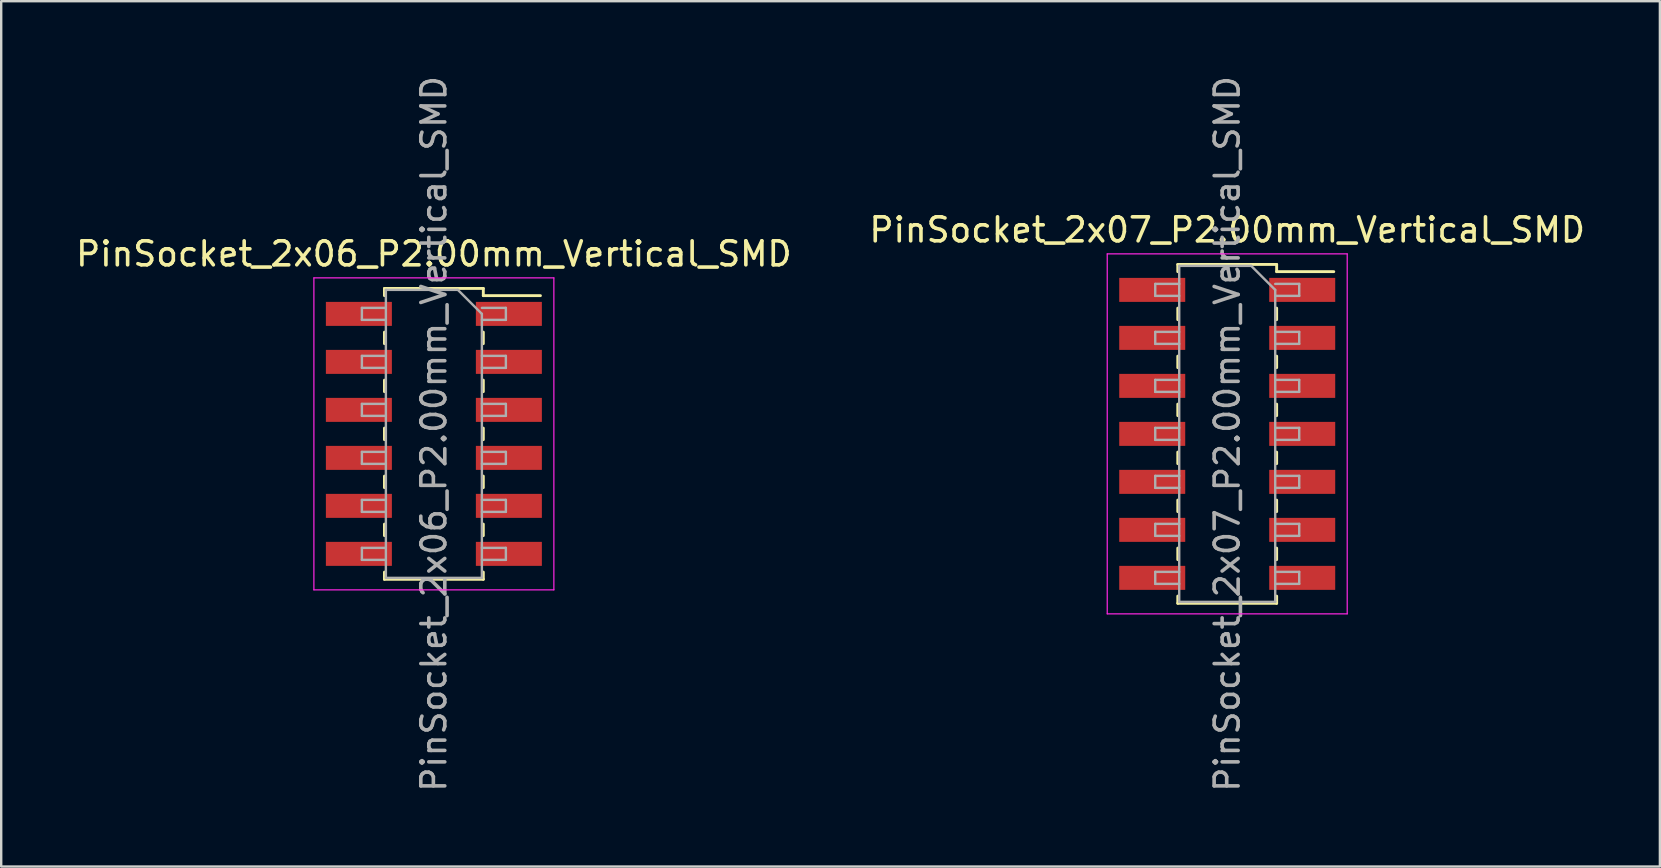
<source format=kicad_pcb>
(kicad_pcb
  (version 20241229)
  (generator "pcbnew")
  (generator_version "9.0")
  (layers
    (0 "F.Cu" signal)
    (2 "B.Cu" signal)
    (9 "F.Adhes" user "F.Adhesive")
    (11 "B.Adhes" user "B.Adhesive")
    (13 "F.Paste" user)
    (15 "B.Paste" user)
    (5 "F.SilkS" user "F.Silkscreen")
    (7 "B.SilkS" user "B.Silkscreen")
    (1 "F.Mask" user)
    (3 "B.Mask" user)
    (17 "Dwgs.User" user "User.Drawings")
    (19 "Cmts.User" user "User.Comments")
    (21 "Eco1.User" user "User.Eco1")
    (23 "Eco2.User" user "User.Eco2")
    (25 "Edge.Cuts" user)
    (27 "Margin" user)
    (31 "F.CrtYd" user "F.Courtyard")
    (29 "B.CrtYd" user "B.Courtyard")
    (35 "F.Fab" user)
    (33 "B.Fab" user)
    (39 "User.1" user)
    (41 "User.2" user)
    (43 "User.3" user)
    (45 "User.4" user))
  (footprint "PinSocket_2x06_P2.00mm_Vertical_SMD"
    (layer "F.Cu")
    (at 15.03 15.03)
    (property "Reference" "PinSocket_2x06_P2.00mm_Vertical_SMD" (at 0 -7.5 0) (layer "F.SilkS") (effects (font (size 1 1) (thickness 0.15))))
    (attr smd)
    (fp_line (start -2.06 -6.06) (end -2.06 -5.76) (stroke (width 0.12) (type solid)) (layer "F.SilkS"))
    (fp_line (start -2.06 -6.06) (end 2.06 -6.06) (stroke (width 0.12) (type solid)) (layer "F.SilkS"))
    (fp_line (start -2.06 -4.24) (end -2.06 -3.76) (stroke (width 0.12) (type solid)) (layer "F.SilkS"))
    (fp_line (start -2.06 -2.24) (end -2.06 -1.76) (stroke (width 0.12) (type solid)) (layer "F.SilkS"))
    (fp_line (start -2.06 -0.24) (end -2.06 0.24) (stroke (width 0.12) (type solid)) (layer "F.SilkS"))
    (fp_line (start -2.06 1.76) (end -2.06 2.24) (stroke (width 0.12) (type solid)) (layer "F.SilkS"))
    (fp_line (start -2.06 3.76) (end -2.06 4.24) (stroke (width 0.12) (type solid)) (layer "F.SilkS"))
    (fp_line (start -2.06 5.76) (end -2.06 6.06) (stroke (width 0.12) (type solid)) (layer "F.SilkS"))
    (fp_line (start -2.06 6.06) (end 2.06 6.06) (stroke (width 0.12) (type solid)) (layer "F.SilkS"))
    (fp_line (start 2.06 -6.06) (end 2.06 -5.76) (stroke (width 0.12) (type solid)) (layer "F.SilkS"))
    (fp_line (start 2.06 -5.76) (end 4.44 -5.76) (stroke (width 0.12) (type solid)) (layer "F.SilkS"))
    (fp_line (start 2.06 -4.24) (end 2.06 -3.76) (stroke (width 0.12) (type solid)) (layer "F.SilkS"))
    (fp_line (start 2.06 -2.24) (end 2.06 -1.76) (stroke (width 0.12) (type solid)) (layer "F.SilkS"))
    (fp_line (start 2.06 -0.24) (end 2.06 0.24) (stroke (width 0.12) (type solid)) (layer "F.SilkS"))
    (fp_line (start 2.06 1.76) (end 2.06 2.24) (stroke (width 0.12) (type solid)) (layer "F.SilkS"))
    (fp_line (start 2.06 3.76) (end 2.06 4.24) (stroke (width 0.12) (type solid)) (layer "F.SilkS"))
    (fp_line (start 2.06 5.76) (end 2.06 6.06) (stroke (width 0.12) (type solid)) (layer "F.SilkS"))
    (fp_line (start -5 -6.5) (end 5 -6.5) (stroke (width 0.05) (type solid)) (layer "F.CrtYd"))
    (fp_line (start -5 6.5) (end -5 -6.5) (stroke (width 0.05) (type solid)) (layer "F.CrtYd"))
    (fp_line (start 5 -6.5) (end 5 6.5) (stroke (width 0.05) (type solid)) (layer "F.CrtYd"))
    (fp_line (start 5 6.5) (end -5 6.5) (stroke (width 0.05) (type solid)) (layer "F.CrtYd"))
    (fp_line (start -3 -5.25) (end -2 -5.25) (stroke (width 0.1) (type solid)) (layer "F.Fab"))
    (fp_line (start -3 -4.75) (end -3 -5.25) (stroke (width 0.1) (type solid)) (layer "F.Fab"))
    (fp_line (start -3 -3.25) (end -2 -3.25) (stroke (width 0.1) (type solid)) (layer "F.Fab"))
    (fp_line (start -3 -2.75) (end -3 -3.25) (stroke (width 0.1) (type solid)) (layer "F.Fab"))
    (fp_line (start -3 -1.25) (end -2 -1.25) (stroke (width 0.1) (type solid)) (layer "F.Fab"))
    (fp_line (start -3 -0.75) (end -3 -1.25) (stroke (width 0.1) (type solid)) (layer "F.Fab"))
    (fp_line (start -3 0.75) (end -2 0.75) (stroke (width 0.1) (type solid)) (layer "F.Fab"))
    (fp_line (start -3 1.25) (end -3 0.75) (stroke (width 0.1) (type solid)) (layer "F.Fab"))
    (fp_line (start -3 2.75) (end -2 2.75) (stroke (width 0.1) (type solid)) (layer "F.Fab"))
    (fp_line (start -3 3.25) (end -3 2.75) (stroke (width 0.1) (type solid)) (layer "F.Fab"))
    (fp_line (start -3 4.75) (end -2 4.75) (stroke (width 0.1) (type solid)) (layer "F.Fab"))
    (fp_line (start -3 5.25) (end -3 4.75) (stroke (width 0.1) (type solid)) (layer "F.Fab"))
    (fp_line (start -2 -6) (end 1 -6) (stroke (width 0.1) (type solid)) (layer "F.Fab"))
    (fp_line (start -2 -4.75) (end -3 -4.75) (stroke (width 0.1) (type solid)) (layer "F.Fab"))
    (fp_line (start -2 -2.75) (end -3 -2.75) (stroke (width 0.1) (type solid)) (layer "F.Fab"))
    (fp_line (start -2 -0.75) (end -3 -0.75) (stroke (width 0.1) (type solid)) (layer "F.Fab"))
    (fp_line (start -2 1.25) (end -3 1.25) (stroke (width 0.1) (type solid)) (layer "F.Fab"))
    (fp_line (start -2 3.25) (end -3 3.25) (stroke (width 0.1) (type solid)) (layer "F.Fab"))
    (fp_line (start -2 5.25) (end -3 5.25) (stroke (width 0.1) (type solid)) (layer "F.Fab"))
    (fp_line (start -2 6) (end -2 -6) (stroke (width 0.1) (type solid)) (layer "F.Fab"))
    (fp_line (start 1 -6) (end 2 -5) (stroke (width 0.1) (type solid)) (layer "F.Fab"))
    (fp_line (start 2 -5.25) (end 3 -5.25) (stroke (width 0.1) (type solid)) (layer "F.Fab"))
    (fp_line (start 2 -5) (end 2 6) (stroke (width 0.1) (type solid)) (layer "F.Fab"))
    (fp_line (start 2 -3.25) (end 3 -3.25) (stroke (width 0.1) (type solid)) (layer "F.Fab"))
    (fp_line (start 2 -1.25) (end 3 -1.25) (stroke (width 0.1) (type solid)) (layer "F.Fab"))
    (fp_line (start 2 0.75) (end 3 0.75) (stroke (width 0.1) (type solid)) (layer "F.Fab"))
    (fp_line (start 2 2.75) (end 3 2.75) (stroke (width 0.1) (type solid)) (layer "F.Fab"))
    (fp_line (start 2 4.75) (end 3 4.75) (stroke (width 0.1) (type solid)) (layer "F.Fab"))
    (fp_line (start 2 6) (end -2 6) (stroke (width 0.1) (type solid)) (layer "F.Fab"))
    (fp_line (start 3 -5.25) (end 3 -4.75) (stroke (width 0.1) (type solid)) (layer "F.Fab"))
    (fp_line (start 3 -4.75) (end 2 -4.75) (stroke (width 0.1) (type solid)) (layer "F.Fab"))
    (fp_line (start 3 -3.25) (end 3 -2.75) (stroke (width 0.1) (type solid)) (layer "F.Fab"))
    (fp_line (start 3 -2.75) (end 2 -2.75) (stroke (width 0.1) (type solid)) (layer "F.Fab"))
    (fp_line (start 3 -1.25) (end 3 -0.75) (stroke (width 0.1) (type solid)) (layer "F.Fab"))
    (fp_line (start 3 -0.75) (end 2 -0.75) (stroke (width 0.1) (type solid)) (layer "F.Fab"))
    (fp_line (start 3 0.75) (end 3 1.25) (stroke (width 0.1) (type solid)) (layer "F.Fab"))
    (fp_line (start 3 1.25) (end 2 1.25) (stroke (width 0.1) (type solid)) (layer "F.Fab"))
    (fp_line (start 3 2.75) (end 3 3.25) (stroke (width 0.1) (type solid)) (layer "F.Fab"))
    (fp_line (start 3 3.25) (end 2 3.25) (stroke (width 0.1) (type solid)) (layer "F.Fab"))
    (fp_line (start 3 4.75) (end 3 5.25) (stroke (width 0.1) (type solid)) (layer "F.Fab"))
    (fp_line (start 3 5.25) (end 2 5.25) (stroke (width 0.1) (type solid)) (layer "F.Fab"))
    (fp_text user "${REFERENCE}" (at 0 0 90) (layer "F.Fab") (effects (font (size 1 1) (thickness 0.15))))
    (pad "1" smd rect (at 3.125 -5) (size 2.75 1) (layers "F.Cu" "F.Mask" "F.Paste"))
    (pad "2" smd rect (at -3.125 -5) (size 2.75 1) (layers "F.Cu" "F.Mask" "F.Paste"))
    (pad "3" smd rect (at 3.125 -3) (size 2.75 1) (layers "F.Cu" "F.Mask" "F.Paste"))
    (pad "4" smd rect (at -3.125 -3) (size 2.75 1) (layers "F.Cu" "F.Mask" "F.Paste"))
    (pad "5" smd rect (at 3.125 -1) (size 2.75 1) (layers "F.Cu" "F.Mask" "F.Paste"))
    (pad "6" smd rect (at -3.125 -1) (size 2.75 1) (layers "F.Cu" "F.Mask" "F.Paste"))
    (pad "7" smd rect (at 3.125 1) (size 2.75 1) (layers "F.Cu" "F.Mask" "F.Paste"))
    (pad "8" smd rect (at -3.125 1) (size 2.75 1) (layers "F.Cu" "F.Mask" "F.Paste"))
    (pad "9" smd rect (at 3.125 3) (size 2.75 1) (layers "F.Cu" "F.Mask" "F.Paste"))
    (pad "10" smd rect (at -3.125 3) (size 2.75 1) (layers "F.Cu" "F.Mask" "F.Paste"))
    (pad "11" smd rect (at 3.125 5) (size 2.75 1) (layers "F.Cu" "F.Mask" "F.Paste"))
    (pad "12" smd rect (at -3.125 5) (size 2.75 1) (layers "F.Cu" "F.Mask" "F.Paste")))
  (footprint "PinSocket_2x07_P2.00mm_Vertical_SMD"
    (layer "F.Cu")
    (at 48.089 15.03)
    (property "Reference" "PinSocket_2x07_P2.00mm_Vertical_SMD" (at 0 -8.5 0) (layer "F.SilkS") (effects (font (size 1 1) (thickness 0.15))))
    (attr smd)
    (fp_line (start -2.06 -7.06) (end -2.06 -6.76) (stroke (width 0.12) (type solid)) (layer "F.SilkS"))
    (fp_line (start -2.06 -7.06) (end 2.06 -7.06) (stroke (width 0.12) (type solid)) (layer "F.SilkS"))
    (fp_line (start -2.06 -5.24) (end -2.06 -4.76) (stroke (width 0.12) (type solid)) (layer "F.SilkS"))
    (fp_line (start -2.06 -3.24) (end -2.06 -2.76) (stroke (width 0.12) (type solid)) (layer "F.SilkS"))
    (fp_line (start -2.06 -1.24) (end -2.06 -0.76) (stroke (width 0.12) (type solid)) (layer "F.SilkS"))
    (fp_line (start -2.06 0.76) (end -2.06 1.24) (stroke (width 0.12) (type solid)) (layer "F.SilkS"))
    (fp_line (start -2.06 2.76) (end -2.06 3.24) (stroke (width 0.12) (type solid)) (layer "F.SilkS"))
    (fp_line (start -2.06 4.76) (end -2.06 5.24) (stroke (width 0.12) (type solid)) (layer "F.SilkS"))
    (fp_line (start -2.06 6.76) (end -2.06 7.06) (stroke (width 0.12) (type solid)) (layer "F.SilkS"))
    (fp_line (start -2.06 7.06) (end 2.06 7.06) (stroke (width 0.12) (type solid)) (layer "F.SilkS"))
    (fp_line (start 2.06 -7.06) (end 2.06 -6.76) (stroke (width 0.12) (type solid)) (layer "F.SilkS"))
    (fp_line (start 2.06 -6.76) (end 4.44 -6.76) (stroke (width 0.12) (type solid)) (layer "F.SilkS"))
    (fp_line (start 2.06 -5.24) (end 2.06 -4.76) (stroke (width 0.12) (type solid)) (layer "F.SilkS"))
    (fp_line (start 2.06 -3.24) (end 2.06 -2.76) (stroke (width 0.12) (type solid)) (layer "F.SilkS"))
    (fp_line (start 2.06 -1.24) (end 2.06 -0.76) (stroke (width 0.12) (type solid)) (layer "F.SilkS"))
    (fp_line (start 2.06 0.76) (end 2.06 1.24) (stroke (width 0.12) (type solid)) (layer "F.SilkS"))
    (fp_line (start 2.06 2.76) (end 2.06 3.24) (stroke (width 0.12) (type solid)) (layer "F.SilkS"))
    (fp_line (start 2.06 4.76) (end 2.06 5.24) (stroke (width 0.12) (type solid)) (layer "F.SilkS"))
    (fp_line (start 2.06 6.76) (end 2.06 7.06) (stroke (width 0.12) (type solid)) (layer "F.SilkS"))
    (fp_line (start -5 -7.5) (end 5 -7.5) (stroke (width 0.05) (type solid)) (layer "F.CrtYd"))
    (fp_line (start -5 7.5) (end -5 -7.5) (stroke (width 0.05) (type solid)) (layer "F.CrtYd"))
    (fp_line (start 5 -7.5) (end 5 7.5) (stroke (width 0.05) (type solid)) (layer "F.CrtYd"))
    (fp_line (start 5 7.5) (end -5 7.5) (stroke (width 0.05) (type solid)) (layer "F.CrtYd"))
    (fp_line (start -3 -6.25) (end -2 -6.25) (stroke (width 0.1) (type solid)) (layer "F.Fab"))
    (fp_line (start -3 -5.75) (end -3 -6.25) (stroke (width 0.1) (type solid)) (layer "F.Fab"))
    (fp_line (start -3 -4.25) (end -2 -4.25) (stroke (width 0.1) (type solid)) (layer "F.Fab"))
    (fp_line (start -3 -3.75) (end -3 -4.25) (stroke (width 0.1) (type solid)) (layer "F.Fab"))
    (fp_line (start -3 -2.25) (end -2 -2.25) (stroke (width 0.1) (type solid)) (layer "F.Fab"))
    (fp_line (start -3 -1.75) (end -3 -2.25) (stroke (width 0.1) (type solid)) (layer "F.Fab"))
    (fp_line (start -3 -0.25) (end -2 -0.25) (stroke (width 0.1) (type solid)) (layer "F.Fab"))
    (fp_line (start -3 0.25) (end -3 -0.25) (stroke (width 0.1) (type solid)) (layer "F.Fab"))
    (fp_line (start -3 1.75) (end -2 1.75) (stroke (width 0.1) (type solid)) (layer "F.Fab"))
    (fp_line (start -3 2.25) (end -3 1.75) (stroke (width 0.1) (type solid)) (layer "F.Fab"))
    (fp_line (start -3 3.75) (end -2 3.75) (stroke (width 0.1) (type solid)) (layer "F.Fab"))
    (fp_line (start -3 4.25) (end -3 3.75) (stroke (width 0.1) (type solid)) (layer "F.Fab"))
    (fp_line (start -3 5.75) (end -2 5.75) (stroke (width 0.1) (type solid)) (layer "F.Fab"))
    (fp_line (start -3 6.25) (end -3 5.75) (stroke (width 0.1) (type solid)) (layer "F.Fab"))
    (fp_line (start -2 -7) (end 1 -7) (stroke (width 0.1) (type solid)) (layer "F.Fab"))
    (fp_line (start -2 -5.75) (end -3 -5.75) (stroke (width 0.1) (type solid)) (layer "F.Fab"))
    (fp_line (start -2 -3.75) (end -3 -3.75) (stroke (width 0.1) (type solid)) (layer "F.Fab"))
    (fp_line (start -2 -1.75) (end -3 -1.75) (stroke (width 0.1) (type solid)) (layer "F.Fab"))
    (fp_line (start -2 0.25) (end -3 0.25) (stroke (width 0.1) (type solid)) (layer "F.Fab"))
    (fp_line (start -2 2.25) (end -3 2.25) (stroke (width 0.1) (type solid)) (layer "F.Fab"))
    (fp_line (start -2 4.25) (end -3 4.25) (stroke (width 0.1) (type solid)) (layer "F.Fab"))
    (fp_line (start -2 6.25) (end -3 6.25) (stroke (width 0.1) (type solid)) (layer "F.Fab"))
    (fp_line (start -2 7) (end -2 -7) (stroke (width 0.1) (type solid)) (layer "F.Fab"))
    (fp_line (start 1 -7) (end 2 -6) (stroke (width 0.1) (type solid)) (layer "F.Fab"))
    (fp_line (start 2 -6.25) (end 3 -6.25) (stroke (width 0.1) (type solid)) (layer "F.Fab"))
    (fp_line (start 2 -6) (end 2 7) (stroke (width 0.1) (type solid)) (layer "F.Fab"))
    (fp_line (start 2 -4.25) (end 3 -4.25) (stroke (width 0.1) (type solid)) (layer "F.Fab"))
    (fp_line (start 2 -2.25) (end 3 -2.25) (stroke (width 0.1) (type solid)) (layer "F.Fab"))
    (fp_line (start 2 -0.25) (end 3 -0.25) (stroke (width 0.1) (type solid)) (layer "F.Fab"))
    (fp_line (start 2 1.75) (end 3 1.75) (stroke (width 0.1) (type solid)) (layer "F.Fab"))
    (fp_line (start 2 3.75) (end 3 3.75) (stroke (width 0.1) (type solid)) (layer "F.Fab"))
    (fp_line (start 2 5.75) (end 3 5.75) (stroke (width 0.1) (type solid)) (layer "F.Fab"))
    (fp_line (start 2 7) (end -2 7) (stroke (width 0.1) (type solid)) (layer "F.Fab"))
    (fp_line (start 3 -6.25) (end 3 -5.75) (stroke (width 0.1) (type solid)) (layer "F.Fab"))
    (fp_line (start 3 -5.75) (end 2 -5.75) (stroke (width 0.1) (type solid)) (layer "F.Fab"))
    (fp_line (start 3 -4.25) (end 3 -3.75) (stroke (width 0.1) (type solid)) (layer "F.Fab"))
    (fp_line (start 3 -3.75) (end 2 -3.75) (stroke (width 0.1) (type solid)) (layer "F.Fab"))
    (fp_line (start 3 -2.25) (end 3 -1.75) (stroke (width 0.1) (type solid)) (layer "F.Fab"))
    (fp_line (start 3 -1.75) (end 2 -1.75) (stroke (width 0.1) (type solid)) (layer "F.Fab"))
    (fp_line (start 3 -0.25) (end 3 0.25) (stroke (width 0.1) (type solid)) (layer "F.Fab"))
    (fp_line (start 3 0.25) (end 2 0.25) (stroke (width 0.1) (type solid)) (layer "F.Fab"))
    (fp_line (start 3 1.75) (end 3 2.25) (stroke (width 0.1) (type solid)) (layer "F.Fab"))
    (fp_line (start 3 2.25) (end 2 2.25) (stroke (width 0.1) (type solid)) (layer "F.Fab"))
    (fp_line (start 3 3.75) (end 3 4.25) (stroke (width 0.1) (type solid)) (layer "F.Fab"))
    (fp_line (start 3 4.25) (end 2 4.25) (stroke (width 0.1) (type solid)) (layer "F.Fab"))
    (fp_line (start 3 5.75) (end 3 6.25) (stroke (width 0.1) (type solid)) (layer "F.Fab"))
    (fp_line (start 3 6.25) (end 2 6.25) (stroke (width 0.1) (type solid)) (layer "F.Fab"))
    (fp_text user "${REFERENCE}" (at 0 0 90) (layer "F.Fab") (effects (font (size 1 1) (thickness 0.15))))
    (pad "1" smd rect (at 3.125 -6) (size 2.75 1) (layers "F.Cu" "F.Mask" "F.Paste"))
    (pad "2" smd rect (at -3.125 -6) (size 2.75 1) (layers "F.Cu" "F.Mask" "F.Paste"))
    (pad "3" smd rect (at 3.125 -4) (size 2.75 1) (layers "F.Cu" "F.Mask" "F.Paste"))
    (pad "4" smd rect (at -3.125 -4) (size 2.75 1) (layers "F.Cu" "F.Mask" "F.Paste"))
    (pad "5" smd rect (at 3.125 -2) (size 2.75 1) (layers "F.Cu" "F.Mask" "F.Paste"))
    (pad "6" smd rect (at -3.125 -2) (size 2.75 1) (layers "F.Cu" "F.Mask" "F.Paste"))
    (pad "7" smd rect (at 3.125 0) (size 2.75 1) (layers "F.Cu" "F.Mask" "F.Paste"))
    (pad "8" smd rect (at -3.125 0) (size 2.75 1) (layers "F.Cu" "F.Mask" "F.Paste"))
    (pad "9" smd rect (at 3.125 2) (size 2.75 1) (layers "F.Cu" "F.Mask" "F.Paste"))
    (pad "10" smd rect (at -3.125 2) (size 2.75 1) (layers "F.Cu" "F.Mask" "F.Paste"))
    (pad "11" smd rect (at 3.125 4) (size 2.75 1) (layers "F.Cu" "F.Mask" "F.Paste"))
    (pad "12" smd rect (at -3.125 4) (size 2.75 1) (layers "F.Cu" "F.Mask" "F.Paste"))
    (pad "13" smd rect (at 3.125 6) (size 2.75 1) (layers "F.Cu" "F.Mask" "F.Paste"))
    (pad "14" smd rect (at -3.125 6) (size 2.75 1) (layers "F.Cu" "F.Mask" "F.Paste")))
  (gr_rect
    (start -3 -3)
    (end 66.119 33.06)
    (stroke (width 0.1) (type default))
    (fill no)
    (layer "Edge.Cuts")))
</source>
